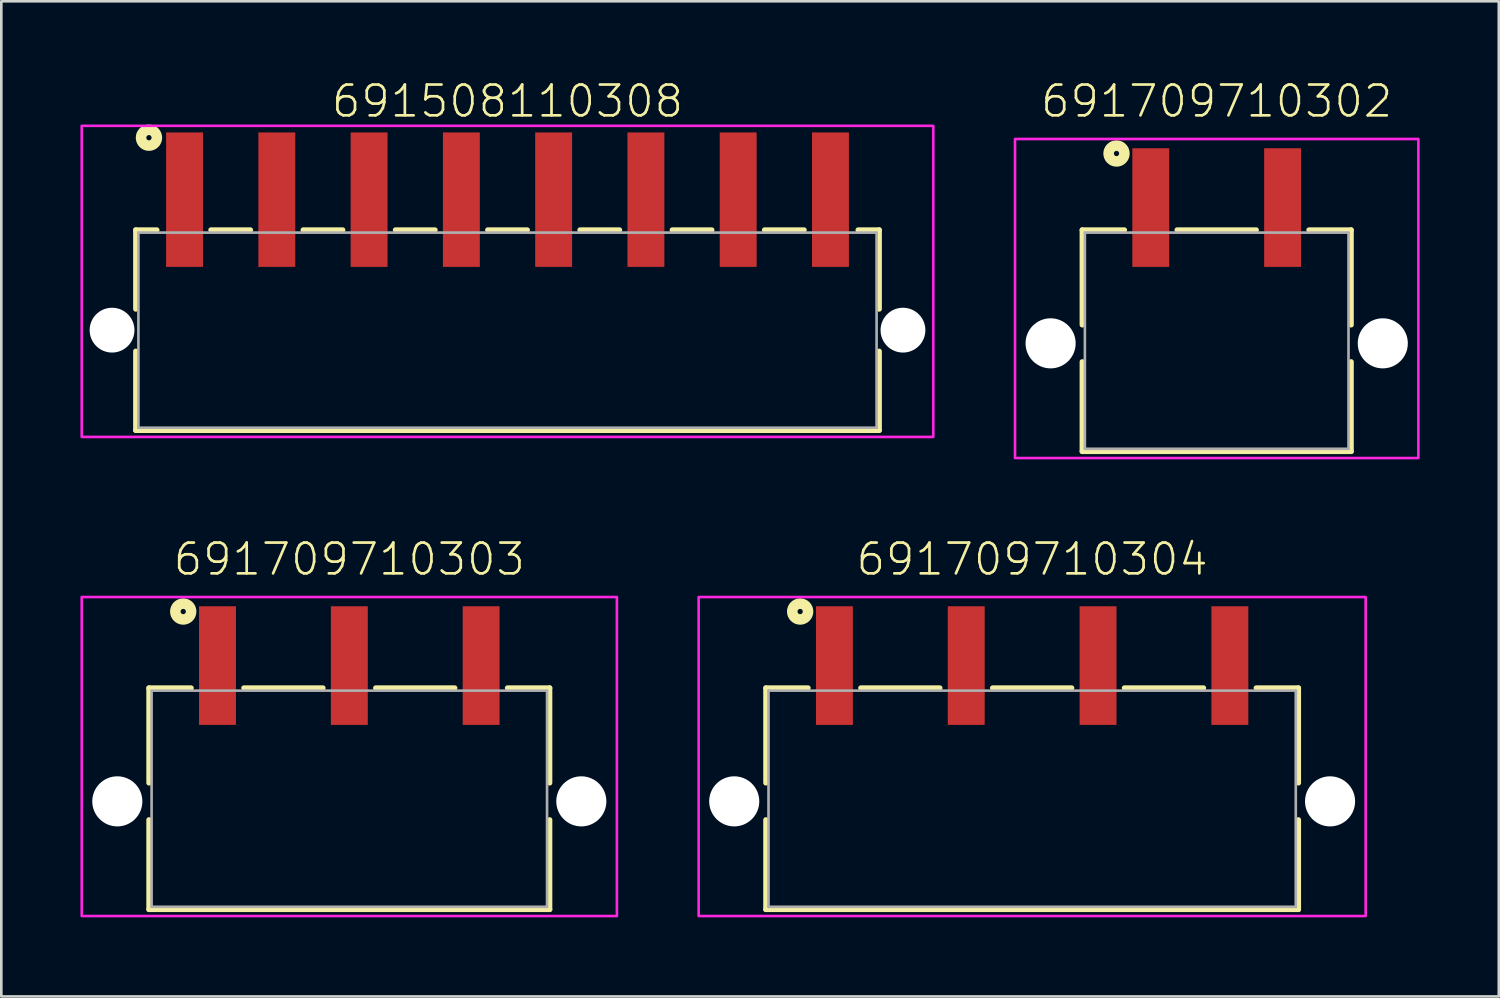
<source format=kicad_pcb>
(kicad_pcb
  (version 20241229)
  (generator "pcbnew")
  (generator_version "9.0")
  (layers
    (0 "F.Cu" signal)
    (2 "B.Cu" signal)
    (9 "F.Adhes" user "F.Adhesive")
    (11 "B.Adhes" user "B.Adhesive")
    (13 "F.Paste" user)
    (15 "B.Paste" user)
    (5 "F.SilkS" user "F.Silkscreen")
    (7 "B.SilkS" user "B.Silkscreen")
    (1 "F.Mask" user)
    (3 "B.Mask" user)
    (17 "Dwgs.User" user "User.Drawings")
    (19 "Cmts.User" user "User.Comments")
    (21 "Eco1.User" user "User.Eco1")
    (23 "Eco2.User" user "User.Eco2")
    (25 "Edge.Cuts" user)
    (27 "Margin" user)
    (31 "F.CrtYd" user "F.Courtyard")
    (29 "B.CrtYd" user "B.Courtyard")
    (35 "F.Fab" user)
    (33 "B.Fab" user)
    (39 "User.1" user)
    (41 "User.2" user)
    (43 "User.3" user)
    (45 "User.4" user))
  (footprint "691709710302"
    (layer "F.Cu")
    (at 43.1 9.973)
    (property "Reference" "691709710302" (at 0 -8.5 0) (unlocked yes) (layer "F.SilkS") (effects (font (size 1.168 1.168) (thickness 0.102)) (justify bottom)))
    (fp_line (start -5.1 -4.3) (end -5.1 -0.7) (stroke (width 0.2) (type solid)) (layer "F.SilkS"))
    (fp_line (start -5.1 0.7) (end -5.1 4.1) (stroke (width 0.2) (type solid)) (layer "F.SilkS"))
    (fp_line (start -5.1 4.1) (end 5.1 4.1) (stroke (width 0.2) (type solid)) (layer "F.SilkS"))
    (fp_line (start -3.5 -4.3) (end -5.1 -4.3) (stroke (width 0.2) (type solid)) (layer "F.SilkS"))
    (fp_line (start -1.5 -4.3) (end 1.5 -4.3) (stroke (width 0.2) (type solid)) (layer "F.SilkS"))
    (fp_line (start 5.1 -4.3) (end 3.5 -4.3) (stroke (width 0.2) (type solid)) (layer "F.SilkS"))
    (fp_line (start 5.1 -0.7) (end 5.1 -4.3) (stroke (width 0.2) (type solid)) (layer "F.SilkS"))
    (fp_line (start 5.1 4.1) (end 5.1 0.7) (stroke (width 0.2) (type solid)) (layer "F.SilkS"))
    (fp_circle (center -3.8 -7.2) (end -3.7 -7.2) (stroke (width 0.4) (type solid)) (fill no) (layer "F.SilkS"))
    (fp_poly (pts (xy 7.65 4.35) (xy -7.65 4.35) (xy -7.65 -7.75) (xy 7.65 -7.75)) (stroke (width 0.1) (type default)) (fill no) (layer "F.CrtYd"))
    (fp_line (start -5 -4.2) (end 5 -4.2) (stroke (width 0.1) (type solid)) (layer "F.Fab"))
    (fp_line (start -5 4) (end -5 -4.2) (stroke (width 0.1) (type solid)) (layer "F.Fab"))
    (fp_line (start 5 -4.2) (end 5 4) (stroke (width 0.1) (type solid)) (layer "F.Fab"))
    (fp_line (start 5 4) (end -5 4) (stroke (width 0.1) (type solid)) (layer "F.Fab"))
    (pad "" np_thru_hole circle (at -6.3 0) (size 1.9 1.9) (drill 1.9) (layers "*.Cu" "*.Mask"))
    (pad "" np_thru_hole circle (at 6.3 0) (size 1.9 1.9) (drill 1.9) (layers "*.Cu" "*.Mask"))
    (pad "1" smd rect (at -2.5 -5.15) (size 1.4 4.5) (layers "F.Cu" "F.Mask" "F.Paste"))
    (pad "2" smd rect (at 2.5 -5.15) (size 1.4 4.5) (layers "F.Cu" "F.Mask" "F.Paste")))
  (footprint "691709710304"
    (layer "F.Cu")
    (at 36.1 27.346)
    (property "Reference" "691709710304" (at 0 -8.5 0) (unlocked yes) (layer "F.SilkS") (effects (font (size 1.168 1.168) (thickness 0.102)) (justify bottom)))
    (fp_line (start -10.1 -4.3) (end -10.1 -0.7) (stroke (width 0.2) (type solid)) (layer "F.SilkS"))
    (fp_line (start -10.1 0.7) (end -10.1 4.1) (stroke (width 0.2) (type solid)) (layer "F.SilkS"))
    (fp_line (start -10.1 4.1) (end 10.1 4.1) (stroke (width 0.2) (type solid)) (layer "F.SilkS"))
    (fp_line (start -8.5 -4.3) (end -10.1 -4.3) (stroke (width 0.2) (type solid)) (layer "F.SilkS"))
    (fp_line (start -6.5 -4.3) (end -3.5 -4.3) (stroke (width 0.2) (type solid)) (layer "F.SilkS"))
    (fp_line (start -1.5 -4.3) (end 1.5 -4.3) (stroke (width 0.2) (type solid)) (layer "F.SilkS"))
    (fp_line (start 3.5 -4.3) (end 6.5 -4.3) (stroke (width 0.2) (type solid)) (layer "F.SilkS"))
    (fp_line (start 10.1 -4.3) (end 8.5 -4.3) (stroke (width 0.2) (type solid)) (layer "F.SilkS"))
    (fp_line (start 10.1 -0.7) (end 10.1 -4.3) (stroke (width 0.2) (type solid)) (layer "F.SilkS"))
    (fp_line (start 10.1 4.1) (end 10.1 0.7) (stroke (width 0.2) (type solid)) (layer "F.SilkS"))
    (fp_circle (center -8.8 -7.2) (end -8.7 -7.2) (stroke (width 0.4) (type solid)) (fill no) (layer "F.SilkS"))
    (fp_poly (pts (xy 12.65 4.35) (xy -12.65 4.35) (xy -12.65 -7.75) (xy 12.65 -7.75)) (stroke (width 0.1) (type default)) (fill no) (layer "F.CrtYd"))
    (fp_line (start -10 -4.2) (end 10 -4.2) (stroke (width 0.1) (type solid)) (layer "F.Fab"))
    (fp_line (start -10 4) (end -10 -4.2) (stroke (width 0.1) (type solid)) (layer "F.Fab"))
    (fp_line (start 10 -4.2) (end 10 4) (stroke (width 0.1) (type solid)) (layer "F.Fab"))
    (fp_line (start 10 4) (end -10 4) (stroke (width 0.1) (type solid)) (layer "F.Fab"))
    (pad "" np_thru_hole circle (at -11.3 0) (size 1.9 1.9) (drill 1.9) (layers "*.Cu" "*.Mask"))
    (pad "" np_thru_hole circle (at 11.3 0) (size 1.9 1.9) (drill 1.9) (layers "*.Cu" "*.Mask"))
    (pad "1" smd rect (at -7.5 -5.15) (size 1.4 4.5) (layers "F.Cu" "F.Mask" "F.Paste"))
    (pad "2" smd rect (at -2.5 -5.15) (size 1.4 4.5) (layers "F.Cu" "F.Mask" "F.Paste"))
    (pad "3" smd rect (at 2.5 -5.15) (size 1.4 4.5) (layers "F.Cu" "F.Mask" "F.Paste"))
    (pad "4" smd rect (at 7.5 -5.15) (size 1.4 4.5) (layers "F.Cu" "F.Mask" "F.Paste")))
  (footprint "691508110308"
    (layer "F.Cu")
    (at 16.2 9.473)
    (property "Reference" "691508110308" (at 0 -8 0) (unlocked yes) (layer "F.SilkS") (effects (font (size 1.168 1.168) (thickness 0.102)) (justify bottom)))
    (fp_line (start -14.1 -3.8) (end -13.3 -3.8) (stroke (width 0.2) (type solid)) (layer "F.SilkS"))
    (fp_line (start -14.1 -0.8) (end -14.1 -3.8) (stroke (width 0.2) (type solid)) (layer "F.SilkS"))
    (fp_line (start -14.1 3.8) (end -14.1 0.8) (stroke (width 0.2) (type solid)) (layer "F.SilkS"))
    (fp_line (start -11.25 -3.8) (end -9.75 -3.8) (stroke (width 0.2) (type solid)) (layer "F.SilkS"))
    (fp_line (start -7.75 -3.8) (end -6.25 -3.8) (stroke (width 0.2) (type solid)) (layer "F.SilkS"))
    (fp_line (start -4.25 -3.8) (end -2.75 -3.8) (stroke (width 0.2) (type solid)) (layer "F.SilkS"))
    (fp_line (start -0.75 -3.8) (end 0.75 -3.8) (stroke (width 0.2) (type solid)) (layer "F.SilkS"))
    (fp_line (start 2.75 -3.8) (end 4.25 -3.8) (stroke (width 0.2) (type solid)) (layer "F.SilkS"))
    (fp_line (start 6.25 -3.8) (end 7.75 -3.8) (stroke (width 0.2) (type solid)) (layer "F.SilkS"))
    (fp_line (start 9.75 -3.8) (end 11.25 -3.8) (stroke (width 0.2) (type solid)) (layer "F.SilkS"))
    (fp_line (start 13.3 -3.8) (end 14.1 -3.8) (stroke (width 0.2) (type solid)) (layer "F.SilkS"))
    (fp_line (start 14.1 -3.8) (end 14.1 -0.8) (stroke (width 0.2) (type solid)) (layer "F.SilkS"))
    (fp_line (start 14.1 0.8) (end 14.1 3.8) (stroke (width 0.2) (type solid)) (layer "F.SilkS"))
    (fp_line (start 14.1 3.8) (end -14.1 3.8) (stroke (width 0.2) (type solid)) (layer "F.SilkS"))
    (fp_circle (center -13.6 -7.3) (end -13.5 -7.3) (stroke (width 0.4) (type solid)) (fill no) (layer "F.SilkS"))
    (fp_poly (pts (xy 16.15 4.05) (xy -16.15 4.05) (xy -16.15 -7.75) (xy 16.15 -7.75)) (stroke (width 0.1) (type default)) (fill no) (layer "F.CrtYd"))
    (fp_line (start -14 -3.7) (end 14 -3.7) (stroke (width 0.1) (type solid)) (layer "F.Fab"))
    (fp_line (start -14 3.7) (end -14 -3.7) (stroke (width 0.1) (type solid)) (layer "F.Fab"))
    (fp_line (start 14 -3.7) (end 14 3.7) (stroke (width 0.1) (type solid)) (layer "F.Fab"))
    (fp_line (start 14 3.7) (end -14 3.7) (stroke (width 0.1) (type solid)) (layer "F.Fab"))
    (pad "" np_thru_hole circle (at -15 0) (size 1.7 1.7) (drill 1.7) (layers "*.Cu" "*.Mask"))
    (pad "" np_thru_hole circle (at 15 0) (size 1.7 1.7) (drill 1.7) (layers "*.Cu" "*.Mask"))
    (pad "1" smd rect (at -12.25 -4.95) (size 1.4 5.1) (layers "F.Cu" "F.Mask" "F.Paste"))
    (pad "2" smd rect (at -8.75 -4.95) (size 1.4 5.1) (layers "F.Cu" "F.Mask" "F.Paste"))
    (pad "3" smd rect (at -5.25 -4.95) (size 1.4 5.1) (layers "F.Cu" "F.Mask" "F.Paste"))
    (pad "4" smd rect (at -1.75 -4.95) (size 1.4 5.1) (layers "F.Cu" "F.Mask" "F.Paste"))
    (pad "5" smd rect (at 1.75 -4.95) (size 1.4 5.1) (layers "F.Cu" "F.Mask" "F.Paste"))
    (pad "6" smd rect (at 5.25 -4.95) (size 1.4 5.1) (layers "F.Cu" "F.Mask" "F.Paste"))
    (pad "7" smd rect (at 8.75 -4.95) (size 1.4 5.1) (layers "F.Cu" "F.Mask" "F.Paste"))
    (pad "8" smd rect (at 12.25 -4.95) (size 1.4 5.1) (layers "F.Cu" "F.Mask" "F.Paste")))
  (footprint "691709710303"
    (layer "F.Cu")
    (at 10.2 27.346)
    (property "Reference" "691709710303" (at 0 -8.5 0) (unlocked yes) (layer "F.SilkS") (effects (font (size 1.168 1.168) (thickness 0.102)) (justify bottom)))
    (fp_line (start -7.6 -4.3) (end -7.6 -0.7) (stroke (width 0.2) (type solid)) (layer "F.SilkS"))
    (fp_line (start -7.6 0.7) (end -7.6 4.1) (stroke (width 0.2) (type solid)) (layer "F.SilkS"))
    (fp_line (start -7.6 4.1) (end 7.6 4.1) (stroke (width 0.2) (type solid)) (layer "F.SilkS"))
    (fp_line (start -6 -4.3) (end -7.6 -4.3) (stroke (width 0.2) (type solid)) (layer "F.SilkS"))
    (fp_line (start -4 -4.3) (end -1 -4.3) (stroke (width 0.2) (type solid)) (layer "F.SilkS"))
    (fp_line (start 1 -4.3) (end 4 -4.3) (stroke (width 0.2) (type solid)) (layer "F.SilkS"))
    (fp_line (start 7.6 -4.3) (end 6 -4.3) (stroke (width 0.2) (type solid)) (layer "F.SilkS"))
    (fp_line (start 7.6 -0.7) (end 7.6 -4.3) (stroke (width 0.2) (type solid)) (layer "F.SilkS"))
    (fp_line (start 7.6 4.1) (end 7.6 0.7) (stroke (width 0.2) (type solid)) (layer "F.SilkS"))
    (fp_circle (center -6.3 -7.2) (end -6.2 -7.2) (stroke (width 0.4) (type solid)) (fill no) (layer "F.SilkS"))
    (fp_poly (pts (xy 10.15 4.35) (xy -10.15 4.35) (xy -10.15 -7.75) (xy 10.15 -7.75)) (stroke (width 0.1) (type default)) (fill no) (layer "F.CrtYd"))
    (fp_line (start -7.5 -4.2) (end 7.5 -4.2) (stroke (width 0.1) (type solid)) (layer "F.Fab"))
    (fp_line (start -7.5 4) (end -7.5 -4.2) (stroke (width 0.1) (type solid)) (layer "F.Fab"))
    (fp_line (start 7.5 -4.2) (end 7.5 4) (stroke (width 0.1) (type solid)) (layer "F.Fab"))
    (fp_line (start 7.5 4) (end -7.5 4) (stroke (width 0.1) (type solid)) (layer "F.Fab"))
    (pad "" np_thru_hole circle (at -8.8 0) (size 1.9 1.9) (drill 1.9) (layers "*.Cu" "*.Mask"))
    (pad "" np_thru_hole circle (at 8.8 0) (size 1.9 1.9) (drill 1.9) (layers "*.Cu" "*.Mask"))
    (pad "1" smd rect (at -5 -5.15) (size 1.4 4.5) (layers "F.Cu" "F.Mask" "F.Paste"))
    (pad "2" smd rect (at 0 -5.15) (size 1.4 4.5) (layers "F.Cu" "F.Mask" "F.Paste"))
    (pad "3" smd rect (at 5 -5.15) (size 1.4 4.5) (layers "F.Cu" "F.Mask" "F.Paste")))
  (gr_rect
    (start -3 -3)
    (end 53.8 34.746)
    (stroke (width 0.1) (type default))
    (fill no)
    (layer "Edge.Cuts")))
</source>
